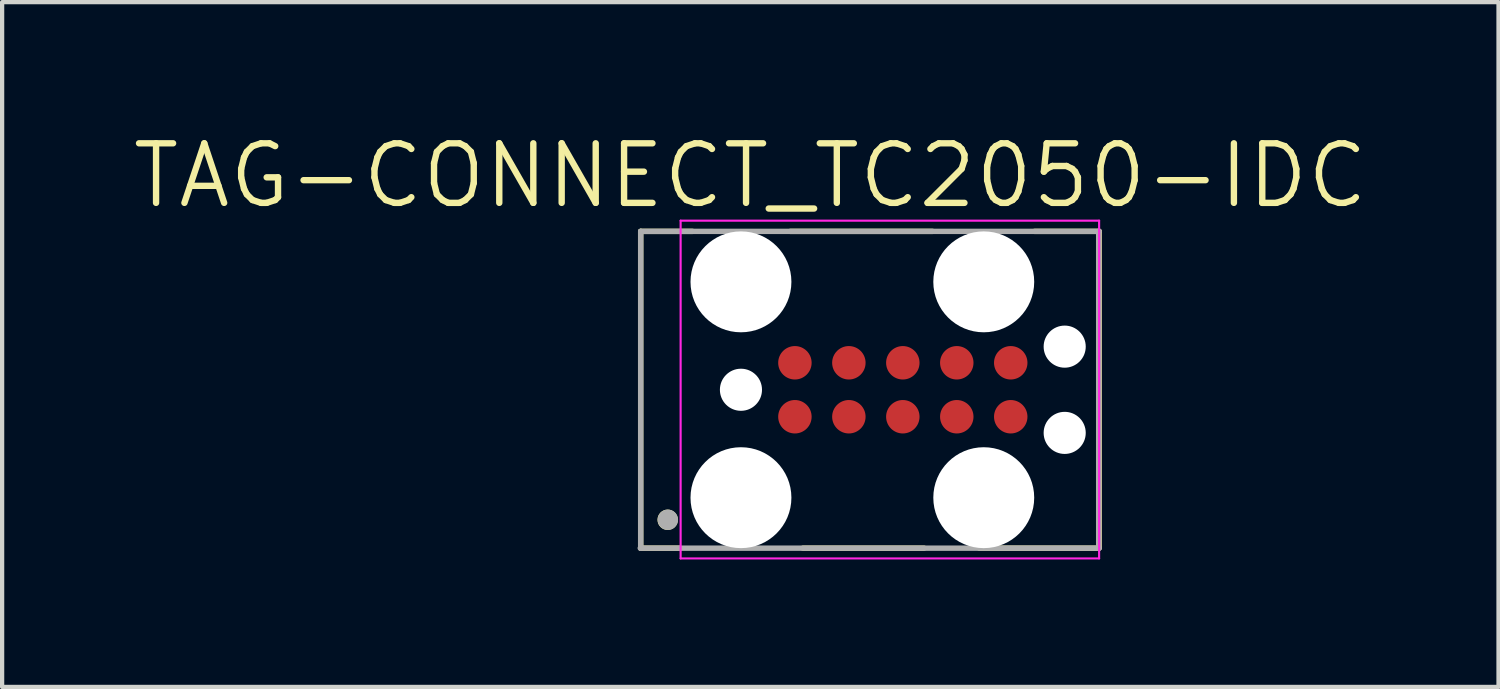
<source format=kicad_pcb>
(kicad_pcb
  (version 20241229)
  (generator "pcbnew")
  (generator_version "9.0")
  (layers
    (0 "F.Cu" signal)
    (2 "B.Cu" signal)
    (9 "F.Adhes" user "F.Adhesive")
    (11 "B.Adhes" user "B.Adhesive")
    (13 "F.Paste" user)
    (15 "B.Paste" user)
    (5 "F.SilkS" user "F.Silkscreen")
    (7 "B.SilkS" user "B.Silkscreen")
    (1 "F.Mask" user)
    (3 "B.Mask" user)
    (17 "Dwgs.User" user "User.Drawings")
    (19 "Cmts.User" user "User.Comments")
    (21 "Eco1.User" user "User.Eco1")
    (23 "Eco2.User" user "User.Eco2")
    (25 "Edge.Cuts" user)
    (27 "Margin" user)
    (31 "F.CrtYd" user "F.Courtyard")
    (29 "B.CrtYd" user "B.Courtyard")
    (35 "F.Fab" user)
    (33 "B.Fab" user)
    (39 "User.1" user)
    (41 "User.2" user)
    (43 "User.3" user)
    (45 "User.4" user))
  (footprint "TAG-CONNECT_TC2050-IDC"
    (layer "F.Cu")
    (at 18.2 6.124)
    (property "Reference" "TAG-CONNECT_TC2050-IDC" (at -3.59 -5.04 0) (layer "F.SilkS") (effects (font (size 1.402 1.402) (thickness 0.15))))
    (attr smd)
    (fp_line (start -6.17 -3.728) (end -4.95 -3.728) (stroke (width 0.127) (type solid)) (layer "F.SilkS"))
    (fp_line (start -6.17 3.728) (end -6.17 -3.728) (stroke (width 0.127) (type solid)) (layer "F.SilkS"))
    (fp_line (start -5.25 3.728) (end -6.17 3.728) (stroke (width 0.127) (type solid)) (layer "F.SilkS"))
    (fp_line (start -2.65 -3.728) (end 0.7 -3.728) (stroke (width 0.127) (type solid)) (layer "F.SilkS"))
    (fp_line (start 0.5 3.728) (end -2.35 3.728) (stroke (width 0.127) (type solid)) (layer "F.SilkS"))
    (fp_line (start 3.1 -3.728) (end 4.62 -3.728) (stroke (width 0.127) (type solid)) (layer "F.SilkS"))
    (fp_line (start 4.62 -3.733) (end 4.62 3.723) (stroke (width 0.127) (type solid)) (layer "F.SilkS"))
    (fp_line (start 4.62 3.728) (end 1.8 3.728) (stroke (width 0.127) (type solid)) (layer "F.SilkS"))
    (fp_circle (center -5.535 3.06) (end -5.415 3.06) (stroke (width 0.24) (type solid)) (fill no) (layer "F.SilkS"))
    (fp_line (start -5.23 -3.98) (end 4.62 -3.98) (stroke (width 0.05) (type solid)) (layer "F.CrtYd"))
    (fp_line (start -5.23 3.97) (end -5.23 -3.98) (stroke (width 0.05) (type solid)) (layer "F.CrtYd"))
    (fp_line (start 4.62 -3.98) (end 4.62 3.97) (stroke (width 0.05) (type solid)) (layer "F.CrtYd"))
    (fp_line (start 4.62 3.97) (end -5.23 3.97) (stroke (width 0.05) (type solid)) (layer "F.CrtYd"))
    (fp_line (start -6.17 -3.728) (end 4.62 -3.728) (stroke (width 0.127) (type solid)) (layer "F.Fab"))
    (fp_line (start -6.17 3.728) (end -6.17 -3.728) (stroke (width 0.127) (type solid)) (layer "F.Fab"))
    (fp_line (start 4.61 -3.73) (end 4.61 3.726) (stroke (width 0.127) (type solid)) (layer "F.Fab"))
    (fp_line (start 4.62 3.728) (end -6.18 3.728) (stroke (width 0.127) (type solid)) (layer "F.Fab"))
    (fp_circle (center -5.53 3.06) (end -5.41 3.06) (stroke (width 0.24) (type solid)) (fill no) (layer "F.Fab"))
    (pad "" np_thru_hole circle (at -3.81 -2.54) (size 2.375 2.375) (drill 2.375) (layers "*.Cu" "*.Mask"))
    (pad "" np_thru_hole circle (at -3.81 0) (size 0.991 0.991) (drill 0.991) (layers "*.Cu" "*.Mask"))
    (pad "" np_thru_hole circle (at -3.81 2.54) (size 2.375 2.375) (drill 2.375) (layers "*.Cu" "*.Mask"))
    (pad "" np_thru_hole circle (at 1.905 -2.54) (size 2.375 2.375) (drill 2.375) (layers "*.Cu" "*.Mask"))
    (pad "" np_thru_hole circle (at 1.905 2.54) (size 2.375 2.375) (drill 2.375) (layers "*.Cu" "*.Mask"))
    (pad "" np_thru_hole circle (at 3.81 -1.015) (size 0.991 0.991) (drill 0.991) (layers "*.Cu" "*.Mask"))
    (pad "" np_thru_hole circle (at 3.81 1.015) (size 0.991 0.991) (drill 0.991) (layers "*.Cu" "*.Mask"))
    (pad "1" smd circle (at -2.54 0.635) (size 0.787 0.787) (layers "F.Cu" "F.Mask"))
    (pad "2" smd circle (at -1.27 0.635) (size 0.787 0.787) (layers "F.Cu" "F.Mask"))
    (pad "3" smd circle (at 0 0.635) (size 0.787 0.787) (layers "F.Cu" "F.Mask"))
    (pad "4" smd circle (at 1.27 0.635) (size 0.787 0.787) (layers "F.Cu" "F.Mask"))
    (pad "5" smd circle (at 2.54 0.635) (size 0.787 0.787) (layers "F.Cu" "F.Mask"))
    (pad "6" smd circle (at 2.54 -0.635) (size 0.787 0.787) (layers "F.Cu" "F.Mask"))
    (pad "7" smd circle (at 1.27 -0.635) (size 0.787 0.787) (layers "F.Cu" "F.Mask"))
    (pad "8" smd circle (at 0 -0.635) (size 0.787 0.787) (layers "F.Cu" "F.Mask"))
    (pad "9" smd circle (at -1.27 -0.635) (size 0.787 0.787) (layers "F.Cu" "F.Mask"))
    (pad "10" smd circle (at -2.54 -0.635) (size 0.787 0.787) (layers "F.Cu" "F.Mask"))
    (zone (net_name "") (layer "F.Cu") (hatch full 0.508) (connect_pads) (min_thickness 0.0001) (filled_areas_thickness no) (keepout (tracks not_allowed) (vias not_allowed) (pads not_allowed) (copperpour not_allowed) (footprints allowed)) (placement (enabled no)) (fill) (polygon (pts (xy 15.66 6.124) (xy 15.66 6.365) (xy 20.74 6.365) (xy 20.74 5.882) (xy 15.66 5.882))))
    (zone (net_name "") (layer "F.Cu") (hatch full 0.508) (connect_pads) (min_thickness 0.0001) (filled_areas_thickness no) (keepout (tracks not_allowed) (vias not_allowed) (pads not_allowed) (copperpour not_allowed) (footprints allowed)) (placement (enabled no)) (fill) (polygon (pts (xy 15.66 6.365) (xy 16.93 6.365) (xy 16.909 6.366) (xy 16.889 6.367) (xy 16.868 6.37) (xy 16.848 6.374) (xy 16.828 6.379) (xy 16.808 6.385) (xy 16.789 6.391) (xy 16.77 6.399) (xy 16.751 6.408) (xy 16.733 6.418) (xy 16.716 6.429) (xy 16.699 6.44) (xy 16.682 6.453) (xy 16.667 6.466) (xy 16.652 6.481) (xy 16.637 6.496) (xy 16.624 6.511) (xy 16.611 6.528) (xy 16.6 6.545) (xy 16.589 6.562) (xy 16.579 6.58) (xy 16.57 6.599) (xy 16.562 6.618) (xy 16.556 6.637) (xy 16.55 6.657) (xy 16.545 6.677) (xy 16.541 6.697) (xy 16.538 6.718) (xy 16.537 6.738) (xy 16.536 6.759) (xy 16.054 6.759) (xy 16.053 6.738) (xy 16.052 6.718) (xy 16.049 6.697) (xy 16.045 6.677) (xy 16.04 6.657) (xy 16.034 6.637) (xy 16.028 6.618) (xy 16.02 6.599) (xy 16.011 6.58) (xy 16.001 6.562) (xy 15.99 6.545) (xy 15.979 6.528) (xy 15.966 6.511) (xy 15.953 6.496) (xy 15.938 6.481) (xy 15.923 6.466) (xy 15.908 6.453) (xy 15.891 6.44) (xy 15.874 6.429) (xy 15.857 6.418) (xy 15.839 6.408) (xy 15.82 6.399) (xy 15.801 6.391) (xy 15.782 6.385) (xy 15.762 6.379) (xy 15.742 6.374) (xy 15.722 6.37) (xy 15.701 6.367) (xy 15.681 6.366) (xy 15.66 6.365))))
    (zone (net_name "") (layer "F.Cu") (hatch full 0.508) (connect_pads) (min_thickness 0.0001) (filled_areas_thickness no) (keepout (tracks not_allowed) (vias not_allowed) (pads not_allowed) (copperpour not_allowed) (footprints allowed)) (placement (enabled no)) (fill) (polygon (pts (xy 16.93 5.882) (xy 15.66 5.883) (xy 15.681 5.882) (xy 15.701 5.881) (xy 15.722 5.878) (xy 15.742 5.874) (xy 15.762 5.869) (xy 15.782 5.863) (xy 15.801 5.857) (xy 15.82 5.849) (xy 15.839 5.84) (xy 15.857 5.83) (xy 15.874 5.819) (xy 15.891 5.808) (xy 15.908 5.795) (xy 15.923 5.782) (xy 15.938 5.767) (xy 15.953 5.752) (xy 15.966 5.737) (xy 15.979 5.72) (xy 15.99 5.703) (xy 16.001 5.686) (xy 16.011 5.668) (xy 16.02 5.649) (xy 16.028 5.63) (xy 16.034 5.611) (xy 16.04 5.591) (xy 16.045 5.571) (xy 16.049 5.551) (xy 16.052 5.53) (xy 16.053 5.51) (xy 16.054 5.489) (xy 16.536 5.489) (xy 16.537 5.51) (xy 16.538 5.53) (xy 16.541 5.551) (xy 16.545 5.571) (xy 16.55 5.591) (xy 16.556 5.611) (xy 16.562 5.63) (xy 16.57 5.649) (xy 16.579 5.668) (xy 16.589 5.686) (xy 16.6 5.703) (xy 16.611 5.72) (xy 16.624 5.737) (xy 16.637 5.752) (xy 16.652 5.767) (xy 16.667 5.782) (xy 16.682 5.795) (xy 16.699 5.808) (xy 16.716 5.819) (xy 16.733 5.83) (xy 16.751 5.84) (xy 16.77 5.849) (xy 16.789 5.857) (xy 16.808 5.863) (xy 16.828 5.869) (xy 16.848 5.874) (xy 16.868 5.878) (xy 16.889 5.881) (xy 16.909 5.882) (xy 16.93 5.883))))
    (zone (net_name "") (layer "F.Cu") (hatch full 0.508) (connect_pads) (min_thickness 0.0001) (filled_areas_thickness no) (keepout (tracks not_allowed) (vias not_allowed) (pads not_allowed) (copperpour not_allowed) (footprints allowed)) (placement (enabled no)) (fill) (polygon (pts (xy 16.93 6.365) (xy 18.2 6.365) (xy 18.179 6.366) (xy 18.159 6.367) (xy 18.138 6.37) (xy 18.118 6.374) (xy 18.098 6.379) (xy 18.078 6.385) (xy 18.059 6.391) (xy 18.04 6.399) (xy 18.021 6.408) (xy 18.003 6.418) (xy 17.986 6.429) (xy 17.969 6.44) (xy 17.952 6.453) (xy 17.937 6.466) (xy 17.922 6.481) (xy 17.907 6.496) (xy 17.894 6.511) (xy 17.881 6.528) (xy 17.87 6.545) (xy 17.859 6.562) (xy 17.849 6.58) (xy 17.84 6.599) (xy 17.832 6.618) (xy 17.826 6.637) (xy 17.82 6.657) (xy 17.815 6.677) (xy 17.811 6.697) (xy 17.808 6.718) (xy 17.807 6.738) (xy 17.806 6.759) (xy 17.324 6.759) (xy 17.323 6.738) (xy 17.322 6.718) (xy 17.319 6.697) (xy 17.315 6.677) (xy 17.31 6.657) (xy 17.304 6.637) (xy 17.298 6.618) (xy 17.29 6.599) (xy 17.281 6.58) (xy 17.271 6.562) (xy 17.26 6.545) (xy 17.249 6.528) (xy 17.236 6.511) (xy 17.223 6.496) (xy 17.208 6.481) (xy 17.193 6.466) (xy 17.178 6.453) (xy 17.161 6.44) (xy 17.144 6.429) (xy 17.127 6.418) (xy 17.109 6.408) (xy 17.09 6.399) (xy 17.071 6.391) (xy 17.052 6.385) (xy 17.032 6.379) (xy 17.012 6.374) (xy 16.992 6.37) (xy 16.971 6.367) (xy 16.951 6.366) (xy 16.93 6.365))))
    (zone (net_name "") (layer "F.Cu") (hatch full 0.508) (connect_pads) (min_thickness 0.0001) (filled_areas_thickness no) (keepout (tracks not_allowed) (vias not_allowed) (pads not_allowed) (copperpour not_allowed) (footprints allowed)) (placement (enabled no)) (fill) (polygon (pts (xy 18.2 5.882) (xy 16.93 5.883) (xy 16.951 5.882) (xy 16.971 5.881) (xy 16.992 5.878) (xy 17.012 5.874) (xy 17.032 5.869) (xy 17.052 5.863) (xy 17.071 5.857) (xy 17.09 5.849) (xy 17.109 5.84) (xy 17.127 5.83) (xy 17.144 5.819) (xy 17.161 5.808) (xy 17.178 5.795) (xy 17.193 5.782) (xy 17.208 5.767) (xy 17.223 5.752) (xy 17.236 5.737) (xy 17.249 5.72) (xy 17.26 5.703) (xy 17.271 5.686) (xy 17.281 5.668) (xy 17.29 5.649) (xy 17.298 5.63) (xy 17.304 5.611) (xy 17.31 5.591) (xy 17.315 5.571) (xy 17.319 5.551) (xy 17.322 5.53) (xy 17.323 5.51) (xy 17.324 5.489) (xy 17.806 5.489) (xy 17.807 5.51) (xy 17.808 5.53) (xy 17.811 5.551) (xy 17.815 5.571) (xy 17.82 5.591) (xy 17.826 5.611) (xy 17.832 5.63) (xy 17.84 5.649) (xy 17.849 5.668) (xy 17.859 5.686) (xy 17.87 5.703) (xy 17.881 5.72) (xy 17.894 5.737) (xy 17.907 5.752) (xy 17.922 5.767) (xy 17.937 5.782) (xy 17.952 5.795) (xy 17.969 5.808) (xy 17.986 5.819) (xy 18.003 5.83) (xy 18.021 5.84) (xy 18.04 5.849) (xy 18.059 5.857) (xy 18.078 5.863) (xy 18.098 5.869) (xy 18.118 5.874) (xy 18.138 5.878) (xy 18.159 5.881) (xy 18.179 5.882) (xy 18.2 5.883))))
    (zone (net_name "") (layer "F.Cu") (hatch full 0.508) (connect_pads) (min_thickness 0.0001) (filled_areas_thickness no) (keepout (tracks not_allowed) (vias not_allowed) (pads not_allowed) (copperpour not_allowed) (footprints allowed)) (placement (enabled no)) (fill) (polygon (pts (xy 18.2 6.365) (xy 19.47 6.365) (xy 19.449 6.366) (xy 19.429 6.367) (xy 19.408 6.37) (xy 19.388 6.374) (xy 19.368 6.379) (xy 19.348 6.385) (xy 19.329 6.391) (xy 19.31 6.399) (xy 19.291 6.408) (xy 19.273 6.418) (xy 19.256 6.429) (xy 19.239 6.44) (xy 19.222 6.453) (xy 19.207 6.466) (xy 19.192 6.481) (xy 19.177 6.496) (xy 19.164 6.511) (xy 19.151 6.528) (xy 19.14 6.545) (xy 19.129 6.562) (xy 19.119 6.58) (xy 19.11 6.599) (xy 19.102 6.618) (xy 19.096 6.637) (xy 19.09 6.657) (xy 19.085 6.677) (xy 19.081 6.697) (xy 19.078 6.718) (xy 19.077 6.738) (xy 19.076 6.759) (xy 18.594 6.759) (xy 18.593 6.738) (xy 18.592 6.718) (xy 18.589 6.697) (xy 18.585 6.677) (xy 18.58 6.657) (xy 18.574 6.637) (xy 18.568 6.618) (xy 18.56 6.599) (xy 18.551 6.58) (xy 18.541 6.562) (xy 18.53 6.545) (xy 18.519 6.528) (xy 18.506 6.511) (xy 18.493 6.496) (xy 18.478 6.481) (xy 18.463 6.466) (xy 18.448 6.453) (xy 18.431 6.44) (xy 18.414 6.429) (xy 18.397 6.418) (xy 18.379 6.408) (xy 18.36 6.399) (xy 18.341 6.391) (xy 18.322 6.385) (xy 18.302 6.379) (xy 18.282 6.374) (xy 18.262 6.37) (xy 18.241 6.367) (xy 18.221 6.366) (xy 18.2 6.365))))
    (zone (net_name "") (layer "F.Cu") (hatch full 0.508) (connect_pads) (min_thickness 0.0001) (filled_areas_thickness no) (keepout (tracks not_allowed) (vias not_allowed) (pads not_allowed) (copperpour not_allowed) (footprints allowed)) (placement (enabled no)) (fill) (polygon (pts (xy 19.47 5.882) (xy 18.2 5.883) (xy 18.221 5.882) (xy 18.241 5.881) (xy 18.262 5.878) (xy 18.282 5.874) (xy 18.302 5.869) (xy 18.322 5.863) (xy 18.341 5.857) (xy 18.36 5.849) (xy 18.379 5.84) (xy 18.397 5.83) (xy 18.414 5.819) (xy 18.431 5.808) (xy 18.448 5.795) (xy 18.463 5.782) (xy 18.478 5.767) (xy 18.493 5.752) (xy 18.506 5.737) (xy 18.519 5.72) (xy 18.53 5.703) (xy 18.541 5.686) (xy 18.551 5.668) (xy 18.56 5.649) (xy 18.568 5.63) (xy 18.574 5.611) (xy 18.58 5.591) (xy 18.585 5.571) (xy 18.589 5.551) (xy 18.592 5.53) (xy 18.593 5.51) (xy 18.594 5.489) (xy 19.076 5.489) (xy 19.077 5.51) (xy 19.078 5.53) (xy 19.081 5.551) (xy 19.085 5.571) (xy 19.09 5.591) (xy 19.096 5.611) (xy 19.102 5.63) (xy 19.11 5.649) (xy 19.119 5.668) (xy 19.129 5.686) (xy 19.14 5.703) (xy 19.151 5.72) (xy 19.164 5.737) (xy 19.177 5.752) (xy 19.192 5.767) (xy 19.207 5.782) (xy 19.222 5.795) (xy 19.239 5.808) (xy 19.256 5.819) (xy 19.273 5.83) (xy 19.291 5.84) (xy 19.31 5.849) (xy 19.329 5.857) (xy 19.348 5.863) (xy 19.368 5.869) (xy 19.388 5.874) (xy 19.408 5.878) (xy 19.429 5.881) (xy 19.449 5.882) (xy 19.47 5.883))))
    (zone (net_name "") (layer "F.Cu") (hatch full 0.508) (connect_pads) (min_thickness 0.0001) (filled_areas_thickness no) (keepout (tracks not_allowed) (vias not_allowed) (pads not_allowed) (copperpour not_allowed) (footprints allowed)) (placement (enabled no)) (fill) (polygon (pts (xy 19.47 6.365) (xy 20.74 6.365) (xy 20.719 6.366) (xy 20.699 6.367) (xy 20.678 6.37) (xy 20.658 6.374) (xy 20.638 6.379) (xy 20.618 6.385) (xy 20.599 6.391) (xy 20.58 6.399) (xy 20.561 6.408) (xy 20.543 6.418) (xy 20.526 6.429) (xy 20.509 6.44) (xy 20.492 6.453) (xy 20.477 6.466) (xy 20.462 6.481) (xy 20.447 6.496) (xy 20.434 6.511) (xy 20.421 6.528) (xy 20.41 6.545) (xy 20.399 6.562) (xy 20.389 6.58) (xy 20.38 6.599) (xy 20.372 6.618) (xy 20.366 6.637) (xy 20.36 6.657) (xy 20.355 6.677) (xy 20.351 6.697) (xy 20.348 6.718) (xy 20.347 6.738) (xy 20.346 6.759) (xy 19.864 6.759) (xy 19.863 6.738) (xy 19.862 6.718) (xy 19.859 6.697) (xy 19.855 6.677) (xy 19.85 6.657) (xy 19.844 6.637) (xy 19.838 6.618) (xy 19.83 6.599) (xy 19.821 6.58) (xy 19.811 6.562) (xy 19.8 6.545) (xy 19.789 6.528) (xy 19.776 6.511) (xy 19.763 6.496) (xy 19.748 6.481) (xy 19.733 6.466) (xy 19.718 6.453) (xy 19.701 6.44) (xy 19.684 6.429) (xy 19.667 6.418) (xy 19.649 6.408) (xy 19.63 6.399) (xy 19.611 6.391) (xy 19.592 6.385) (xy 19.572 6.379) (xy 19.552 6.374) (xy 19.532 6.37) (xy 19.511 6.367) (xy 19.491 6.366) (xy 19.47 6.365))))
    (zone (net_name "") (layer "F.Cu") (hatch full 0.508) (connect_pads) (min_thickness 0.0001) (filled_areas_thickness no) (keepout (tracks not_allowed) (vias not_allowed) (pads not_allowed) (copperpour not_allowed) (footprints allowed)) (placement (enabled no)) (fill) (polygon (pts (xy 20.74 5.882) (xy 19.47 5.883) (xy 19.491 5.882) (xy 19.511 5.881) (xy 19.532 5.878) (xy 19.552 5.874) (xy 19.572 5.869) (xy 19.592 5.863) (xy 19.611 5.857) (xy 19.63 5.849) (xy 19.649 5.84) (xy 19.667 5.83) (xy 19.684 5.819) (xy 19.701 5.808) (xy 19.718 5.795) (xy 19.733 5.782) (xy 19.748 5.767) (xy 19.763 5.752) (xy 19.776 5.737) (xy 19.789 5.72) (xy 19.8 5.703) (xy 19.811 5.686) (xy 19.821 5.668) (xy 19.83 5.649) (xy 19.838 5.63) (xy 19.844 5.611) (xy 19.85 5.591) (xy 19.855 5.571) (xy 19.859 5.551) (xy 19.862 5.53) (xy 19.863 5.51) (xy 19.864 5.489) (xy 20.346 5.489) (xy 20.347 5.51) (xy 20.348 5.53) (xy 20.351 5.551) (xy 20.355 5.571) (xy 20.36 5.591) (xy 20.366 5.611) (xy 20.372 5.63) (xy 20.38 5.649) (xy 20.389 5.668) (xy 20.399 5.686) (xy 20.41 5.703) (xy 20.421 5.72) (xy 20.434 5.737) (xy 20.447 5.752) (xy 20.462 5.767) (xy 20.477 5.782) (xy 20.492 5.795) (xy 20.509 5.808) (xy 20.526 5.819) (xy 20.543 5.83) (xy 20.561 5.84) (xy 20.58 5.849) (xy 20.599 5.857) (xy 20.618 5.863) (xy 20.638 5.869) (xy 20.658 5.874) (xy 20.678 5.878) (xy 20.699 5.881) (xy 20.719 5.882) (xy 20.74 5.883))))
    (zone (net_name "") (layers "F.Cu" "B.Cu") (hatch full 0.508) (connect_pads) (min_thickness 0.0001) (filled_areas_thickness no) (keepout (tracks allowed) (vias not_allowed) (pads allowed) (copperpour allowed) (footprints allowed)) (placement (enabled no)) (fill) (polygon (pts (xy 15.66 5.882) (xy 15.66 6.365) (xy 20.74 6.365) (xy 20.74 5.882))))
    (zone (net_name "") (layers "F.Cu" "B.Cu") (hatch full 0.508) (connect_pads) (min_thickness 0.0001) (filled_areas_thickness no) (keepout (tracks allowed) (vias not_allowed) (pads allowed) (copperpour allowed) (footprints allowed)) (placement (enabled no)) (fill) (polygon (pts (xy 15.66 6.365) (xy 16.93 6.365) (xy 16.909 6.366) (xy 16.889 6.367) (xy 16.868 6.37) (xy 16.848 6.374) (xy 16.828 6.379) (xy 16.808 6.385) (xy 16.789 6.391) (xy 16.77 6.399) (xy 16.751 6.408) (xy 16.733 6.418) (xy 16.716 6.429) (xy 16.699 6.44) (xy 16.682 6.453) (xy 16.667 6.466) (xy 16.652 6.481) (xy 16.637 6.496) (xy 16.624 6.511) (xy 16.611 6.528) (xy 16.6 6.545) (xy 16.589 6.562) (xy 16.579 6.58) (xy 16.57 6.599) (xy 16.562 6.618) (xy 16.556 6.637) (xy 16.55 6.657) (xy 16.545 6.677) (xy 16.541 6.697) (xy 16.538 6.718) (xy 16.537 6.738) (xy 16.536 6.759) (xy 16.054 6.759) (xy 16.053 6.738) (xy 16.052 6.718) (xy 16.049 6.697) (xy 16.045 6.677) (xy 16.04 6.657) (xy 16.034 6.637) (xy 16.028 6.618) (xy 16.02 6.599) (xy 16.011 6.58) (xy 16.001 6.562) (xy 15.99 6.545) (xy 15.979 6.528) (xy 15.966 6.511) (xy 15.953 6.496) (xy 15.938 6.481) (xy 15.923 6.466) (xy 15.908 6.453) (xy 15.891 6.44) (xy 15.874 6.429) (xy 15.857 6.418) (xy 15.839 6.408) (xy 15.82 6.399) (xy 15.801 6.391) (xy 15.782 6.385) (xy 15.762 6.379) (xy 15.742 6.374) (xy 15.722 6.37) (xy 15.701 6.367) (xy 15.681 6.366) (xy 15.66 6.365))))
    (zone (net_name "") (layers "F.Cu" "B.Cu") (hatch full 0.508) (connect_pads) (min_thickness 0.0001) (filled_areas_thickness no) (keepout (tracks allowed) (vias not_allowed) (pads allowed) (copperpour allowed) (footprints allowed)) (placement (enabled no)) (fill) (polygon (pts (xy 16.93 5.882) (xy 15.66 5.883) (xy 15.681 5.882) (xy 15.701 5.881) (xy 15.722 5.878) (xy 15.742 5.874) (xy 15.762 5.869) (xy 15.782 5.863) (xy 15.801 5.857) (xy 15.82 5.849) (xy 15.839 5.84) (xy 15.857 5.83) (xy 15.874 5.819) (xy 15.891 5.808) (xy 15.908 5.795) (xy 15.923 5.782) (xy 15.938 5.767) (xy 15.953 5.752) (xy 15.966 5.737) (xy 15.979 5.72) (xy 15.99 5.703) (xy 16.001 5.686) (xy 16.011 5.668) (xy 16.02 5.649) (xy 16.028 5.63) (xy 16.034 5.611) (xy 16.04 5.591) (xy 16.045 5.571) (xy 16.049 5.551) (xy 16.052 5.53) (xy 16.053 5.51) (xy 16.054 5.489) (xy 16.536 5.489) (xy 16.537 5.51) (xy 16.538 5.53) (xy 16.541 5.551) (xy 16.545 5.571) (xy 16.55 5.591) (xy 16.556 5.611) (xy 16.562 5.63) (xy 16.57 5.649) (xy 16.579 5.668) (xy 16.589 5.686) (xy 16.6 5.703) (xy 16.611 5.72) (xy 16.624 5.737) (xy 16.637 5.752) (xy 16.652 5.767) (xy 16.667 5.782) (xy 16.682 5.795) (xy 16.699 5.808) (xy 16.716 5.819) (xy 16.733 5.83) (xy 16.751 5.84) (xy 16.77 5.849) (xy 16.789 5.857) (xy 16.808 5.863) (xy 16.828 5.869) (xy 16.848 5.874) (xy 16.868 5.878) (xy 16.889 5.881) (xy 16.909 5.882) (xy 16.93 5.883))))
    (zone (net_name "") (layers "F.Cu" "B.Cu") (hatch full 0.508) (connect_pads) (min_thickness 0.0001) (filled_areas_thickness no) (keepout (tracks allowed) (vias not_allowed) (pads allowed) (copperpour allowed) (footprints allowed)) (placement (enabled no)) (fill) (polygon (pts (xy 16.93 6.365) (xy 18.2 6.365) (xy 18.179 6.366) (xy 18.159 6.367) (xy 18.138 6.37) (xy 18.118 6.374) (xy 18.098 6.379) (xy 18.078 6.385) (xy 18.059 6.391) (xy 18.04 6.399) (xy 18.021 6.408) (xy 18.003 6.418) (xy 17.986 6.429) (xy 17.969 6.44) (xy 17.952 6.453) (xy 17.937 6.466) (xy 17.922 6.481) (xy 17.907 6.496) (xy 17.894 6.511) (xy 17.881 6.528) (xy 17.87 6.545) (xy 17.859 6.562) (xy 17.849 6.58) (xy 17.84 6.599) (xy 17.832 6.618) (xy 17.826 6.637) (xy 17.82 6.657) (xy 17.815 6.677) (xy 17.811 6.697) (xy 17.808 6.718) (xy 17.807 6.738) (xy 17.806 6.759) (xy 17.324 6.759) (xy 17.323 6.738) (xy 17.322 6.718) (xy 17.319 6.697) (xy 17.315 6.677) (xy 17.31 6.657) (xy 17.304 6.637) (xy 17.298 6.618) (xy 17.29 6.599) (xy 17.281 6.58) (xy 17.271 6.562) (xy 17.26 6.545) (xy 17.249 6.528) (xy 17.236 6.511) (xy 17.223 6.496) (xy 17.208 6.481) (xy 17.193 6.466) (xy 17.178 6.453) (xy 17.161 6.44) (xy 17.144 6.429) (xy 17.127 6.418) (xy 17.109 6.408) (xy 17.09 6.399) (xy 17.071 6.391) (xy 17.052 6.385) (xy 17.032 6.379) (xy 17.012 6.374) (xy 16.992 6.37) (xy 16.971 6.367) (xy 16.951 6.366) (xy 16.93 6.365))))
    (zone (net_name "") (layers "F.Cu" "B.Cu") (hatch full 0.508) (connect_pads) (min_thickness 0.0001) (filled_areas_thickness no) (keepout (tracks allowed) (vias not_allowed) (pads allowed) (copperpour allowed) (footprints allowed)) (placement (enabled no)) (fill) (polygon (pts (xy 18.2 5.882) (xy 16.93 5.883) (xy 16.951 5.882) (xy 16.971 5.881) (xy 16.992 5.878) (xy 17.012 5.874) (xy 17.032 5.869) (xy 17.052 5.863) (xy 17.071 5.857) (xy 17.09 5.849) (xy 17.109 5.84) (xy 17.127 5.83) (xy 17.144 5.819) (xy 17.161 5.808) (xy 17.178 5.795) (xy 17.193 5.782) (xy 17.208 5.767) (xy 17.223 5.752) (xy 17.236 5.737) (xy 17.249 5.72) (xy 17.26 5.703) (xy 17.271 5.686) (xy 17.281 5.668) (xy 17.29 5.649) (xy 17.298 5.63) (xy 17.304 5.611) (xy 17.31 5.591) (xy 17.315 5.571) (xy 17.319 5.551) (xy 17.322 5.53) (xy 17.323 5.51) (xy 17.324 5.489) (xy 17.806 5.489) (xy 17.807 5.51) (xy 17.808 5.53) (xy 17.811 5.551) (xy 17.815 5.571) (xy 17.82 5.591) (xy 17.826 5.611) (xy 17.832 5.63) (xy 17.84 5.649) (xy 17.849 5.668) (xy 17.859 5.686) (xy 17.87 5.703) (xy 17.881 5.72) (xy 17.894 5.737) (xy 17.907 5.752) (xy 17.922 5.767) (xy 17.937 5.782) (xy 17.952 5.795) (xy 17.969 5.808) (xy 17.986 5.819) (xy 18.003 5.83) (xy 18.021 5.84) (xy 18.04 5.849) (xy 18.059 5.857) (xy 18.078 5.863) (xy 18.098 5.869) (xy 18.118 5.874) (xy 18.138 5.878) (xy 18.159 5.881) (xy 18.179 5.882) (xy 18.2 5.883))))
    (zone (net_name "") (layers "F.Cu" "B.Cu") (hatch full 0.508) (connect_pads) (min_thickness 0.0001) (filled_areas_thickness no) (keepout (tracks allowed) (vias not_allowed) (pads allowed) (copperpour allowed) (footprints allowed)) (placement (enabled no)) (fill) (polygon (pts (xy 18.2 6.365) (xy 19.47 6.365) (xy 19.449 6.366) (xy 19.429 6.367) (xy 19.408 6.37) (xy 19.388 6.374) (xy 19.368 6.379) (xy 19.348 6.385) (xy 19.329 6.391) (xy 19.31 6.399) (xy 19.291 6.408) (xy 19.273 6.418) (xy 19.256 6.429) (xy 19.239 6.44) (xy 19.222 6.453) (xy 19.207 6.466) (xy 19.192 6.481) (xy 19.177 6.496) (xy 19.164 6.511) (xy 19.151 6.528) (xy 19.14 6.545) (xy 19.129 6.562) (xy 19.119 6.58) (xy 19.11 6.599) (xy 19.102 6.618) (xy 19.096 6.637) (xy 19.09 6.657) (xy 19.085 6.677) (xy 19.081 6.697) (xy 19.078 6.718) (xy 19.077 6.738) (xy 19.076 6.759) (xy 18.594 6.759) (xy 18.593 6.738) (xy 18.592 6.718) (xy 18.589 6.697) (xy 18.585 6.677) (xy 18.58 6.657) (xy 18.574 6.637) (xy 18.568 6.618) (xy 18.56 6.599) (xy 18.551 6.58) (xy 18.541 6.562) (xy 18.53 6.545) (xy 18.519 6.528) (xy 18.506 6.511) (xy 18.493 6.496) (xy 18.478 6.481) (xy 18.463 6.466) (xy 18.448 6.453) (xy 18.431 6.44) (xy 18.414 6.429) (xy 18.397 6.418) (xy 18.379 6.408) (xy 18.36 6.399) (xy 18.341 6.391) (xy 18.322 6.385) (xy 18.302 6.379) (xy 18.282 6.374) (xy 18.262 6.37) (xy 18.241 6.367) (xy 18.221 6.366) (xy 18.2 6.365))))
    (zone (net_name "") (layers "F.Cu" "B.Cu") (hatch full 0.508) (connect_pads) (min_thickness 0.0001) (filled_areas_thickness no) (keepout (tracks allowed) (vias not_allowed) (pads allowed) (copperpour allowed) (footprints allowed)) (placement (enabled no)) (fill) (polygon (pts (xy 19.47 5.882) (xy 18.2 5.883) (xy 18.221 5.882) (xy 18.241 5.881) (xy 18.262 5.878) (xy 18.282 5.874) (xy 18.302 5.869) (xy 18.322 5.863) (xy 18.341 5.857) (xy 18.36 5.849) (xy 18.379 5.84) (xy 18.397 5.83) (xy 18.414 5.819) (xy 18.431 5.808) (xy 18.448 5.795) (xy 18.463 5.782) (xy 18.478 5.767) (xy 18.493 5.752) (xy 18.506 5.737) (xy 18.519 5.72) (xy 18.53 5.703) (xy 18.541 5.686) (xy 18.551 5.668) (xy 18.56 5.649) (xy 18.568 5.63) (xy 18.574 5.611) (xy 18.58 5.591) (xy 18.585 5.571) (xy 18.589 5.551) (xy 18.592 5.53) (xy 18.593 5.51) (xy 18.594 5.489) (xy 19.076 5.489) (xy 19.077 5.51) (xy 19.078 5.53) (xy 19.081 5.551) (xy 19.085 5.571) (xy 19.09 5.591) (xy 19.096 5.611) (xy 19.102 5.63) (xy 19.11 5.649) (xy 19.119 5.668) (xy 19.129 5.686) (xy 19.14 5.703) (xy 19.151 5.72) (xy 19.164 5.737) (xy 19.177 5.752) (xy 19.192 5.767) (xy 19.207 5.782) (xy 19.222 5.795) (xy 19.239 5.808) (xy 19.256 5.819) (xy 19.273 5.83) (xy 19.291 5.84) (xy 19.31 5.849) (xy 19.329 5.857) (xy 19.348 5.863) (xy 19.368 5.869) (xy 19.388 5.874) (xy 19.408 5.878) (xy 19.429 5.881) (xy 19.449 5.882) (xy 19.47 5.883))))
    (zone (net_name "") (layers "F.Cu" "B.Cu") (hatch full 0.508) (connect_pads) (min_thickness 0.0001) (filled_areas_thickness no) (keepout (tracks allowed) (vias not_allowed) (pads allowed) (copperpour allowed) (footprints allowed)) (placement (enabled no)) (fill) (polygon (pts (xy 19.47 6.365) (xy 20.74 6.365) (xy 20.719 6.366) (xy 20.699 6.367) (xy 20.678 6.37) (xy 20.658 6.374) (xy 20.638 6.379) (xy 20.618 6.385) (xy 20.599 6.391) (xy 20.58 6.399) (xy 20.561 6.408) (xy 20.543 6.418) (xy 20.526 6.429) (xy 20.509 6.44) (xy 20.492 6.453) (xy 20.477 6.466) (xy 20.462 6.481) (xy 20.447 6.496) (xy 20.434 6.511) (xy 20.421 6.528) (xy 20.41 6.545) (xy 20.399 6.562) (xy 20.389 6.58) (xy 20.38 6.599) (xy 20.372 6.618) (xy 20.366 6.637) (xy 20.36 6.657) (xy 20.355 6.677) (xy 20.351 6.697) (xy 20.348 6.718) (xy 20.347 6.738) (xy 20.346 6.759) (xy 19.864 6.759) (xy 19.863 6.738) (xy 19.862 6.718) (xy 19.859 6.697) (xy 19.855 6.677) (xy 19.85 6.657) (xy 19.844 6.637) (xy 19.838 6.618) (xy 19.83 6.599) (xy 19.821 6.58) (xy 19.811 6.562) (xy 19.8 6.545) (xy 19.789 6.528) (xy 19.776 6.511) (xy 19.763 6.496) (xy 19.748 6.481) (xy 19.733 6.466) (xy 19.718 6.453) (xy 19.701 6.44) (xy 19.684 6.429) (xy 19.667 6.418) (xy 19.649 6.408) (xy 19.63 6.399) (xy 19.611 6.391) (xy 19.592 6.385) (xy 19.572 6.379) (xy 19.552 6.374) (xy 19.532 6.37) (xy 19.511 6.367) (xy 19.491 6.366) (xy 19.47 6.365))))
    (zone (net_name "") (layers "F.Cu" "B.Cu") (hatch full 0.508) (connect_pads) (min_thickness 0.0001) (filled_areas_thickness no) (keepout (tracks allowed) (vias not_allowed) (pads allowed) (copperpour allowed) (footprints allowed)) (placement (enabled no)) (fill) (polygon (pts (xy 20.74 5.882) (xy 19.47 5.883) (xy 19.491 5.882) (xy 19.511 5.881) (xy 19.532 5.878) (xy 19.552 5.874) (xy 19.572 5.869) (xy 19.592 5.863) (xy 19.611 5.857) (xy 19.63 5.849) (xy 19.649 5.84) (xy 19.667 5.83) (xy 19.684 5.819) (xy 19.701 5.808) (xy 19.718 5.795) (xy 19.733 5.782) (xy 19.748 5.767) (xy 19.763 5.752) (xy 19.776 5.737) (xy 19.789 5.72) (xy 19.8 5.703) (xy 19.811 5.686) (xy 19.821 5.668) (xy 19.83 5.649) (xy 19.838 5.63) (xy 19.844 5.611) (xy 19.85 5.591) (xy 19.855 5.571) (xy 19.859 5.551) (xy 19.862 5.53) (xy 19.863 5.51) (xy 19.864 5.489) (xy 20.346 5.489) (xy 20.347 5.51) (xy 20.348 5.53) (xy 20.351 5.551) (xy 20.355 5.571) (xy 20.36 5.591) (xy 20.366 5.611) (xy 20.372 5.63) (xy 20.38 5.649) (xy 20.389 5.668) (xy 20.399 5.686) (xy 20.41 5.703) (xy 20.421 5.72) (xy 20.434 5.737) (xy 20.447 5.752) (xy 20.462 5.767) (xy 20.477 5.782) (xy 20.492 5.795) (xy 20.509 5.808) (xy 20.526 5.819) (xy 20.543 5.83) (xy 20.561 5.84) (xy 20.58 5.849) (xy 20.599 5.857) (xy 20.618 5.863) (xy 20.638 5.869) (xy 20.658 5.874) (xy 20.678 5.878) (xy 20.699 5.881) (xy 20.719 5.882) (xy 20.74 5.883)))))
  (gr_rect
    (start -3 -3)
    (end 32.221 13.119)
    (stroke (width 0.1) (type default))
    (fill no)
    (layer "Edge.Cuts")))
</source>
